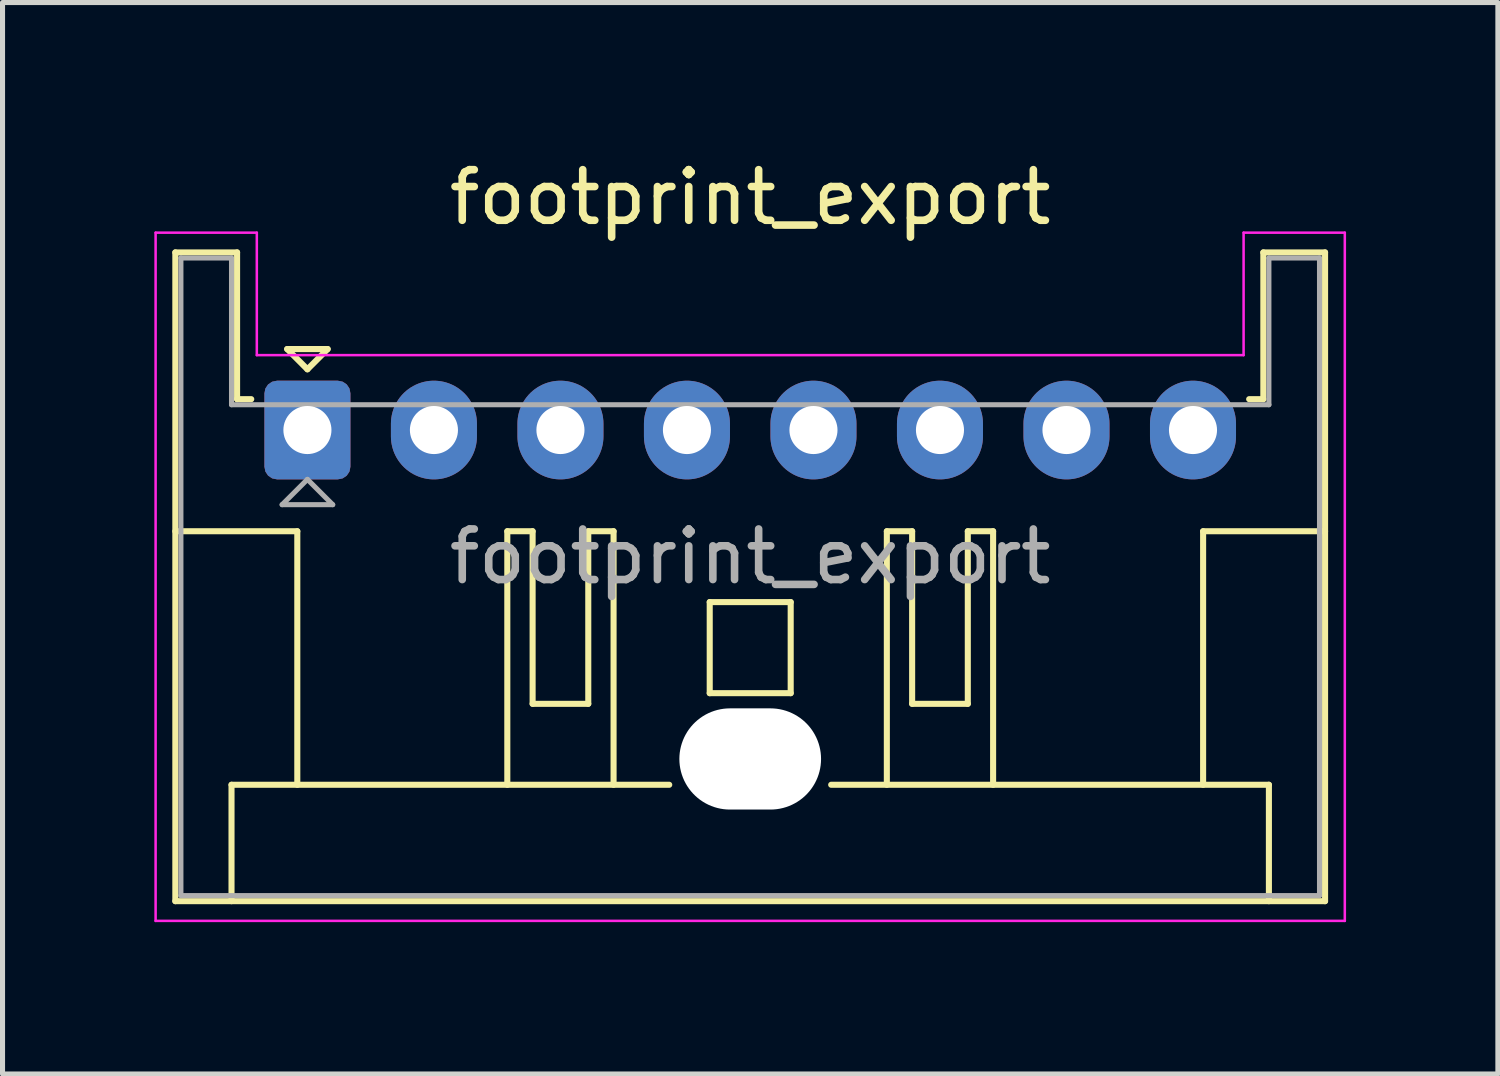
<source format=kicad_pcb>
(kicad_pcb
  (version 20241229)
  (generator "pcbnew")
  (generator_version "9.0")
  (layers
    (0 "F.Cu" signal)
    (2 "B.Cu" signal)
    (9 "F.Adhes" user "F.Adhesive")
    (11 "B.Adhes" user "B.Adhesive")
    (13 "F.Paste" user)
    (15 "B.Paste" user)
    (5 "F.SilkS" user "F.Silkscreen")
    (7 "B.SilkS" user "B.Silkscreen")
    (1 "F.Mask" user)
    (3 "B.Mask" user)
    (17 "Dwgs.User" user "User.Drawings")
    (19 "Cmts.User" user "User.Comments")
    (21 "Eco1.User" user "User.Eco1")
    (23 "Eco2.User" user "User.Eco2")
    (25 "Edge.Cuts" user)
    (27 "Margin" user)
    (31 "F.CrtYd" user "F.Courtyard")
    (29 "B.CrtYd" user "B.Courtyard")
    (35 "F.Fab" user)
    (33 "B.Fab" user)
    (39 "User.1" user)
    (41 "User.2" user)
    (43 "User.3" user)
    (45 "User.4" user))
  (footprint "footprint_export"
    (layer "F.Cu")
    (at 3.025 5.448)
    (property "Reference" "footprint_export" (at 8.75 -4.6 0) (layer "F.SilkS") (effects (font (size 1 1) (thickness 0.15))))
    (attr through_hole)
    (fp_line (start -2.61 -3.51) (end -2.61 9.31) (stroke (width 0.12) (type solid)) (layer "F.SilkS"))
    (fp_line (start -2.61 9.31) (end 20.11 9.31) (stroke (width 0.12) (type solid)) (layer "F.SilkS"))
    (fp_line (start -1.5 7.01) (end 7.15 7.01) (stroke (width 0.12) (type solid)) (layer "F.SilkS"))
    (fp_line (start -1.5 9.31) (end -1.5 7.01) (stroke (width 0.12) (type solid)) (layer "F.SilkS"))
    (fp_line (start -1.39 -3.51) (end -2.61 -3.51) (stroke (width 0.12) (type solid)) (layer "F.SilkS"))
    (fp_line (start -1.39 -0.61) (end -1.39 -3.51) (stroke (width 0.12) (type solid)) (layer "F.SilkS"))
    (fp_line (start -1.11 -0.61) (end -1.39 -0.61) (stroke (width 0.12) (type solid)) (layer "F.SilkS"))
    (fp_line (start -0.4 -1.6) (end 0.4 -1.6) (stroke (width 0.12) (type solid)) (layer "F.SilkS"))
    (fp_line (start -0.2 2) (end -2.61 2) (stroke (width 0.12) (type solid)) (layer "F.SilkS"))
    (fp_line (start -0.2 7.01) (end -0.2 2) (stroke (width 0.12) (type solid)) (layer "F.SilkS"))
    (fp_line (start 0 -1.2) (end -0.4 -1.6) (stroke (width 0.12) (type solid)) (layer "F.SilkS"))
    (fp_line (start 0.4 -1.6) (end 0 -1.2) (stroke (width 0.12) (type solid)) (layer "F.SilkS"))
    (fp_line (start 3.95 2) (end 3.95 7.01) (stroke (width 0.12) (type solid)) (layer "F.SilkS"))
    (fp_line (start 4.45 2) (end 3.95 2) (stroke (width 0.12) (type solid)) (layer "F.SilkS"))
    (fp_line (start 4.45 5.41) (end 4.45 2) (stroke (width 0.12) (type solid)) (layer "F.SilkS"))
    (fp_line (start 5.55 2) (end 5.55 5.41) (stroke (width 0.12) (type solid)) (layer "F.SilkS"))
    (fp_line (start 5.55 5.41) (end 4.45 5.41) (stroke (width 0.12) (type solid)) (layer "F.SilkS"))
    (fp_line (start 6.05 2) (end 5.55 2) (stroke (width 0.12) (type solid)) (layer "F.SilkS"))
    (fp_line (start 6.05 7.01) (end 6.05 2) (stroke (width 0.12) (type solid)) (layer "F.SilkS"))
    (fp_line (start 7.95 3.4) (end 9.55 3.4) (stroke (width 0.12) (type solid)) (layer "F.SilkS"))
    (fp_line (start 7.95 5.2) (end 7.95 3.4) (stroke (width 0.12) (type solid)) (layer "F.SilkS"))
    (fp_line (start 9.55 3.4) (end 9.55 5.2) (stroke (width 0.12) (type solid)) (layer "F.SilkS"))
    (fp_line (start 9.55 5.2) (end 7.95 5.2) (stroke (width 0.12) (type solid)) (layer "F.SilkS"))
    (fp_line (start 10.35 7.01) (end 19 7.01) (stroke (width 0.12) (type solid)) (layer "F.SilkS"))
    (fp_line (start 11.45 2) (end 11.95 2) (stroke (width 0.12) (type solid)) (layer "F.SilkS"))
    (fp_line (start 11.45 7.01) (end 11.45 2) (stroke (width 0.12) (type solid)) (layer "F.SilkS"))
    (fp_line (start 11.95 2) (end 11.95 5.41) (stroke (width 0.12) (type solid)) (layer "F.SilkS"))
    (fp_line (start 11.95 5.41) (end 13.05 5.41) (stroke (width 0.12) (type solid)) (layer "F.SilkS"))
    (fp_line (start 13.05 2) (end 13.55 2) (stroke (width 0.12) (type solid)) (layer "F.SilkS"))
    (fp_line (start 13.05 5.41) (end 13.05 2) (stroke (width 0.12) (type solid)) (layer "F.SilkS"))
    (fp_line (start 13.55 2) (end 13.55 7.01) (stroke (width 0.12) (type solid)) (layer "F.SilkS"))
    (fp_line (start 17.7 2) (end 20.11 2) (stroke (width 0.12) (type solid)) (layer "F.SilkS"))
    (fp_line (start 17.7 7.01) (end 17.7 2) (stroke (width 0.12) (type solid)) (layer "F.SilkS"))
    (fp_line (start 18.89 -3.51) (end 18.89 -0.61) (stroke (width 0.12) (type solid)) (layer "F.SilkS"))
    (fp_line (start 18.89 -0.61) (end 18.61 -0.61) (stroke (width 0.12) (type solid)) (layer "F.SilkS"))
    (fp_line (start 19 7.01) (end 19 9.31) (stroke (width 0.12) (type solid)) (layer "F.SilkS"))
    (fp_line (start 20.11 -3.51) (end 18.89 -3.51) (stroke (width 0.12) (type solid)) (layer "F.SilkS"))
    (fp_line (start 20.11 9.31) (end 20.11 -3.51) (stroke (width 0.12) (type solid)) (layer "F.SilkS"))
    (fp_line (start -3 -3.9) (end -3 9.7) (stroke (width 0.05) (type solid)) (layer "F.CrtYd"))
    (fp_line (start -3 9.7) (end 20.5 9.7) (stroke (width 0.05) (type solid)) (layer "F.CrtYd"))
    (fp_line (start -1 -3.9) (end -3 -3.9) (stroke (width 0.05) (type solid)) (layer "F.CrtYd"))
    (fp_line (start -1 -1.48) (end -1 -3.9) (stroke (width 0.05) (type solid)) (layer "F.CrtYd"))
    (fp_line (start 18.5 -3.9) (end 18.5 -1.48) (stroke (width 0.05) (type solid)) (layer "F.CrtYd"))
    (fp_line (start 18.5 -1.48) (end -1 -1.48) (stroke (width 0.05) (type solid)) (layer "F.CrtYd"))
    (fp_line (start 20.5 -3.9) (end 18.5 -3.9) (stroke (width 0.05) (type solid)) (layer "F.CrtYd"))
    (fp_line (start 20.5 9.7) (end 20.5 -3.9) (stroke (width 0.05) (type solid)) (layer "F.CrtYd"))
    (fp_line (start -2.5 -3.4) (end -2.5 9.2) (stroke (width 0.1) (type solid)) (layer "F.Fab"))
    (fp_line (start -2.5 9.2) (end 20 9.2) (stroke (width 0.1) (type solid)) (layer "F.Fab"))
    (fp_line (start -1.5 -3.4) (end -2.5 -3.4) (stroke (width 0.1) (type solid)) (layer "F.Fab"))
    (fp_line (start -1.5 -0.5) (end -1.5 -3.4) (stroke (width 0.1) (type solid)) (layer "F.Fab"))
    (fp_line (start -0.5 1.475) (end 0.5 1.475) (stroke (width 0.1) (type solid)) (layer "F.Fab"))
    (fp_line (start 0 0.975) (end -0.5 1.475) (stroke (width 0.1) (type solid)) (layer "F.Fab"))
    (fp_line (start 0.5 1.475) (end 0 0.975) (stroke (width 0.1) (type solid)) (layer "F.Fab"))
    (fp_line (start 19 -3.4) (end 19 -0.5) (stroke (width 0.1) (type solid)) (layer "F.Fab"))
    (fp_line (start 19 -0.5) (end -1.5 -0.5) (stroke (width 0.1) (type solid)) (layer "F.Fab"))
    (fp_line (start 20 -3.4) (end 19 -3.4) (stroke (width 0.1) (type solid)) (layer "F.Fab"))
    (fp_line (start 20 9.2) (end 20 -3.4) (stroke (width 0.1) (type solid)) (layer "F.Fab"))
    (fp_text user "${REFERENCE}" (at 8.75 2.5 0) (layer "F.Fab") (effects (font (size 1 1) (thickness 0.15))))
    (pad "" np_thru_hole oval (at 8.75 6.5) (size 2.8 2) (drill oval 2.8 2) (layers "*.Cu" "*.Mask"))
    (pad "1" thru_hole roundrect (at 0 0) (size 1.7 1.95) (drill 0.95) (layers "*.Cu" "*.Mask") (roundrect_rratio 0.147))
    (pad "2" thru_hole oval (at 2.5 0) (size 1.7 1.95) (drill 0.95) (layers "*.Cu" "*.Mask"))
    (pad "3" thru_hole oval (at 5 0) (size 1.7 1.95) (drill 0.95) (layers "*.Cu" "*.Mask"))
    (pad "4" thru_hole oval (at 7.5 0) (size 1.7 1.95) (drill 0.95) (layers "*.Cu" "*.Mask"))
    (pad "5" thru_hole oval (at 10 0) (size 1.7 1.95) (drill 0.95) (layers "*.Cu" "*.Mask"))
    (pad "6" thru_hole oval (at 12.5 0) (size 1.7 1.95) (drill 0.95) (layers "*.Cu" "*.Mask"))
    (pad "7" thru_hole oval (at 15 0) (size 1.7 1.95) (drill 0.95) (layers "*.Cu" "*.Mask"))
    (pad "8" thru_hole oval (at 17.5 0) (size 1.7 1.95) (drill 0.95) (layers "*.Cu" "*.Mask")))
  (gr_rect
    (start -3 -3)
    (end 26.55 18.173)
    (stroke (width 0.1) (type default))
    (fill no)
    (layer "Edge.Cuts")))
</source>
